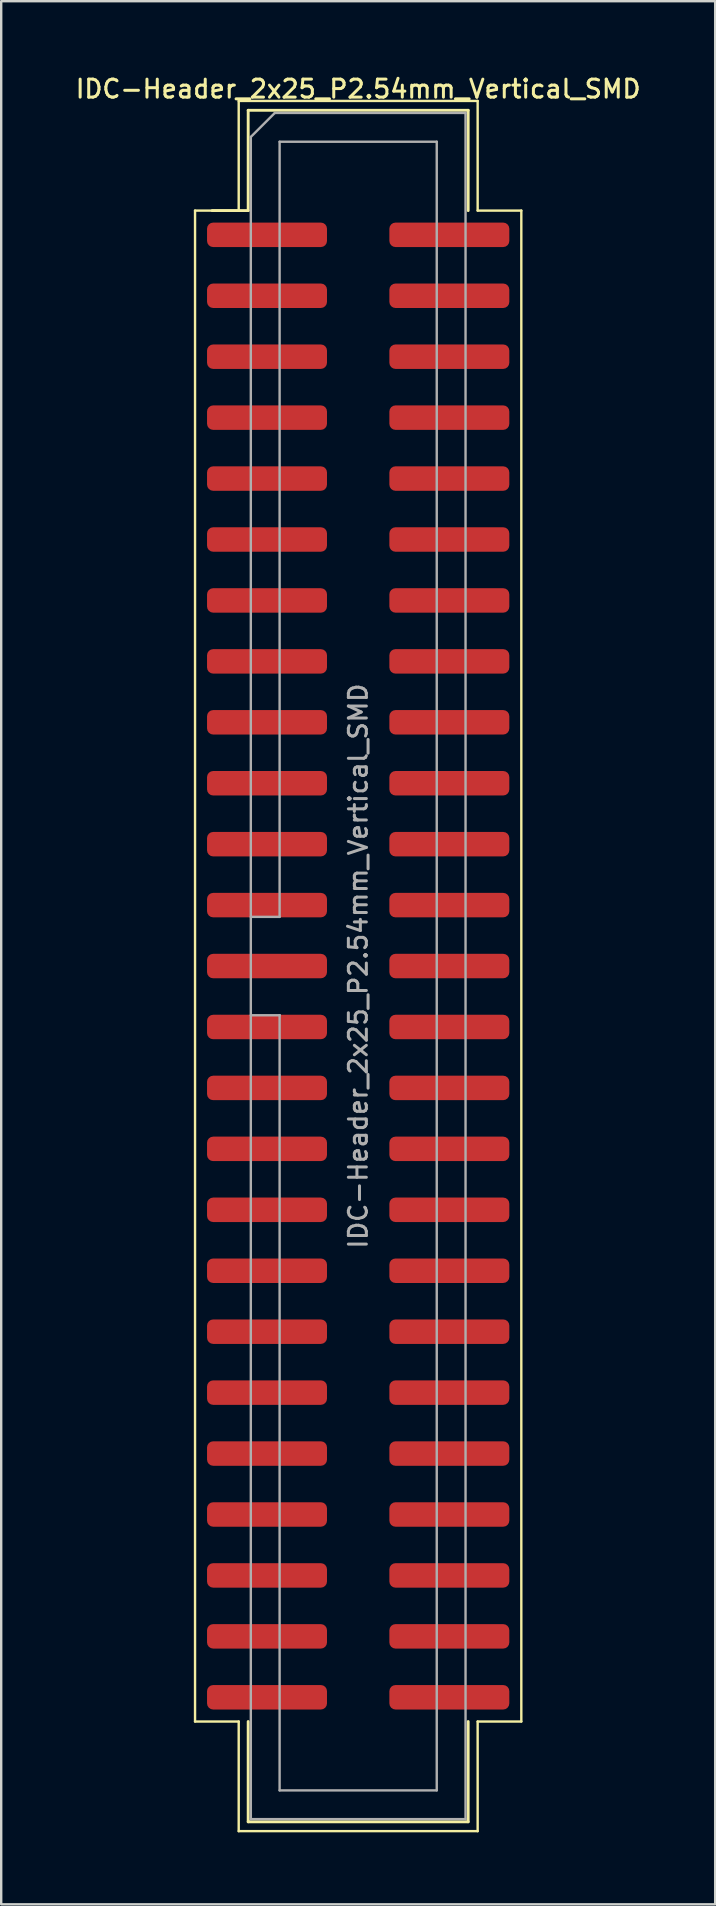
<source format=kicad_pcb>
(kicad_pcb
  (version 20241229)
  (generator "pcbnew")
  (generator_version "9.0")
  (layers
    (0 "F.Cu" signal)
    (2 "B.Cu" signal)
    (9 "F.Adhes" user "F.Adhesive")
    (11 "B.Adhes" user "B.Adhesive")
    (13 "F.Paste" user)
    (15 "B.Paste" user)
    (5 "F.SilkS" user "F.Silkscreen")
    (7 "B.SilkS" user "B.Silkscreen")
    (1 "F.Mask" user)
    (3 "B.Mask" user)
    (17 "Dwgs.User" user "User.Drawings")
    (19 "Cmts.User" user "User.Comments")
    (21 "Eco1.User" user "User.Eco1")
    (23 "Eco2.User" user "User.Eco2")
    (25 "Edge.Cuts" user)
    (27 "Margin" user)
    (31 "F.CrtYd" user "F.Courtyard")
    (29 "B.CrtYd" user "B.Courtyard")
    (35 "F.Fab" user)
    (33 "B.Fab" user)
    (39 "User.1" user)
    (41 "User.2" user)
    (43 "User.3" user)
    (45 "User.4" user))
  (footprint "IDC-Header_2x25_P2.54mm_Vertical_SMD"
    (layer "F.Cu")
    (at 11.88 37.218)
    (property "Reference" "IDC-Header_2x25_P2.54mm_Vertical_SMD" (at 0 -36.56 0) (layer "F.SilkS") (effects (font (size 0.75 0.75) (thickness 0.125))))
    (attr smd)
    (fp_line (start -6.8 -31.49) (end -6.8 31.49) (stroke (width 0.1) (type solid)) (layer "F.SilkS"))
    (fp_line (start -6.8 31.49) (end -4.98 31.49) (stroke (width 0.1) (type solid)) (layer "F.SilkS"))
    (fp_line (start -4.98 -36.06) (end -4.98 -31.49) (stroke (width 0.1) (type solid)) (layer "F.SilkS"))
    (fp_line (start -4.98 -31.49) (end -6.8 -31.49) (stroke (width 0.1) (type solid)) (layer "F.SilkS"))
    (fp_line (start -4.98 31.49) (end -4.98 36.06) (stroke (width 0.1) (type solid)) (layer "F.SilkS"))
    (fp_line (start -4.98 36.06) (end 4.98 36.06) (stroke (width 0.1) (type solid)) (layer "F.SilkS"))
    (fp_line (start -4.585 -35.67) (end 4.585 -35.67) (stroke (width 0.12) (type solid)) (layer "F.SilkS"))
    (fp_line (start -4.585 -31.49) (end -6.085 -31.49) (stroke (width 0.12) (type solid)) (layer "F.SilkS"))
    (fp_line (start -4.585 -31.49) (end -4.585 -35.67) (stroke (width 0.12) (type solid)) (layer "F.SilkS"))
    (fp_line (start -4.585 31.49) (end -4.585 35.67) (stroke (width 0.12) (type solid)) (layer "F.SilkS"))
    (fp_line (start -4.585 35.67) (end 4.585 35.67) (stroke (width 0.12) (type solid)) (layer "F.SilkS"))
    (fp_line (start 4.585 -35.67) (end 4.585 -31.49) (stroke (width 0.12) (type solid)) (layer "F.SilkS"))
    (fp_line (start 4.585 35.67) (end 4.585 31.49) (stroke (width 0.12) (type solid)) (layer "F.SilkS"))
    (fp_line (start 4.98 -36.06) (end -4.98 -36.06) (stroke (width 0.1) (type solid)) (layer "F.SilkS"))
    (fp_line (start 4.98 -31.49) (end 4.98 -36.06) (stroke (width 0.1) (type solid)) (layer "F.SilkS"))
    (fp_line (start 4.98 31.49) (end 6.8 31.49) (stroke (width 0.1) (type solid)) (layer "F.SilkS"))
    (fp_line (start 4.98 36.06) (end 4.98 31.49) (stroke (width 0.1) (type solid)) (layer "F.SilkS"))
    (fp_line (start 6.8 -31.49) (end 4.98 -31.49) (stroke (width 0.1) (type solid)) (layer "F.SilkS"))
    (fp_line (start 6.8 31.49) (end 6.8 -31.49) (stroke (width 0.1) (type solid)) (layer "F.SilkS"))
    (fp_line (start -4.475 -34.56) (end -3.475 -35.56) (stroke (width 0.1) (type solid)) (layer "F.Fab"))
    (fp_line (start -4.475 -2.05) (end -3.275 -2.05) (stroke (width 0.1) (type solid)) (layer "F.Fab"))
    (fp_line (start -4.475 35.56) (end -4.475 -34.56) (stroke (width 0.1) (type solid)) (layer "F.Fab"))
    (fp_line (start -3.475 -35.56) (end 4.475 -35.56) (stroke (width 0.1) (type solid)) (layer "F.Fab"))
    (fp_line (start -3.275 -34.36) (end 3.275 -34.36) (stroke (width 0.1) (type solid)) (layer "F.Fab"))
    (fp_line (start -3.275 -2.05) (end -3.275 -34.36) (stroke (width 0.1) (type solid)) (layer "F.Fab"))
    (fp_line (start -3.275 2.05) (end -4.475 2.05) (stroke (width 0.1) (type solid)) (layer "F.Fab"))
    (fp_line (start -3.275 2.05) (end -3.275 2.05) (stroke (width 0.1) (type solid)) (layer "F.Fab"))
    (fp_line (start -3.275 34.36) (end -3.275 2.05) (stroke (width 0.1) (type solid)) (layer "F.Fab"))
    (fp_line (start 3.275 -34.36) (end 3.275 34.36) (stroke (width 0.1) (type solid)) (layer "F.Fab"))
    (fp_line (start 3.275 34.36) (end -3.275 34.36) (stroke (width 0.1) (type solid)) (layer "F.Fab"))
    (fp_line (start 4.475 -35.56) (end 4.475 35.56) (stroke (width 0.1) (type solid)) (layer "F.Fab"))
    (fp_line (start 4.475 35.56) (end -4.475 35.56) (stroke (width 0.1) (type solid)) (layer "F.Fab"))
    (fp_text user "${REFERENCE}" (at 0 0 90) (layer "F.Fab") (effects (font (size 0.75 0.75) (thickness 0.125))))
    (pad "1" smd roundrect (at -3.8 -30.48) (size 5 1.02) (layers "F.Cu" "F.Mask" "F.Paste") (roundrect_rratio 0.25))
    (pad "2" smd roundrect (at 3.8 -30.48) (size 5 1.02) (layers "F.Cu" "F.Mask" "F.Paste") (roundrect_rratio 0.25))
    (pad "3" smd roundrect (at -3.8 -27.94) (size 5 1.02) (layers "F.Cu" "F.Mask" "F.Paste") (roundrect_rratio 0.25))
    (pad "4" smd roundrect (at 3.8 -27.94) (size 5 1.02) (layers "F.Cu" "F.Mask" "F.Paste") (roundrect_rratio 0.25))
    (pad "5" smd roundrect (at -3.8 -25.4) (size 5 1.02) (layers "F.Cu" "F.Mask" "F.Paste") (roundrect_rratio 0.25))
    (pad "6" smd roundrect (at 3.8 -25.4) (size 5 1.02) (layers "F.Cu" "F.Mask" "F.Paste") (roundrect_rratio 0.25))
    (pad "7" smd roundrect (at -3.8 -22.86) (size 5 1.02) (layers "F.Cu" "F.Mask" "F.Paste") (roundrect_rratio 0.25))
    (pad "8" smd roundrect (at 3.8 -22.86) (size 5 1.02) (layers "F.Cu" "F.Mask" "F.Paste") (roundrect_rratio 0.25))
    (pad "9" smd roundrect (at -3.8 -20.32) (size 5 1.02) (layers "F.Cu" "F.Mask" "F.Paste") (roundrect_rratio 0.25))
    (pad "10" smd roundrect (at 3.8 -20.32) (size 5 1.02) (layers "F.Cu" "F.Mask" "F.Paste") (roundrect_rratio 0.25))
    (pad "11" smd roundrect (at -3.8 -17.78) (size 5 1.02) (layers "F.Cu" "F.Mask" "F.Paste") (roundrect_rratio 0.25))
    (pad "12" smd roundrect (at 3.8 -17.78) (size 5 1.02) (layers "F.Cu" "F.Mask" "F.Paste") (roundrect_rratio 0.25))
    (pad "13" smd roundrect (at -3.8 -15.24) (size 5 1.02) (layers "F.Cu" "F.Mask" "F.Paste") (roundrect_rratio 0.25))
    (pad "14" smd roundrect (at 3.8 -15.24) (size 5 1.02) (layers "F.Cu" "F.Mask" "F.Paste") (roundrect_rratio 0.25))
    (pad "15" smd roundrect (at -3.8 -12.7) (size 5 1.02) (layers "F.Cu" "F.Mask" "F.Paste") (roundrect_rratio 0.25))
    (pad "16" smd roundrect (at 3.8 -12.7) (size 5 1.02) (layers "F.Cu" "F.Mask" "F.Paste") (roundrect_rratio 0.25))
    (pad "17" smd roundrect (at -3.8 -10.16) (size 5 1.02) (layers "F.Cu" "F.Mask" "F.Paste") (roundrect_rratio 0.25))
    (pad "18" smd roundrect (at 3.8 -10.16) (size 5 1.02) (layers "F.Cu" "F.Mask" "F.Paste") (roundrect_rratio 0.25))
    (pad "19" smd roundrect (at -3.8 -7.62) (size 5 1.02) (layers "F.Cu" "F.Mask" "F.Paste") (roundrect_rratio 0.25))
    (pad "20" smd roundrect (at 3.8 -7.62) (size 5 1.02) (layers "F.Cu" "F.Mask" "F.Paste") (roundrect_rratio 0.25))
    (pad "21" smd roundrect (at -3.8 -5.08) (size 5 1.02) (layers "F.Cu" "F.Mask" "F.Paste") (roundrect_rratio 0.25))
    (pad "22" smd roundrect (at 3.8 -5.08) (size 5 1.02) (layers "F.Cu" "F.Mask" "F.Paste") (roundrect_rratio 0.25))
    (pad "23" smd roundrect (at -3.8 -2.54) (size 5 1.02) (layers "F.Cu" "F.Mask" "F.Paste") (roundrect_rratio 0.25))
    (pad "24" smd roundrect (at 3.8 -2.54) (size 5 1.02) (layers "F.Cu" "F.Mask" "F.Paste") (roundrect_rratio 0.25))
    (pad "25" smd roundrect (at -3.8 0) (size 5 1.02) (layers "F.Cu" "F.Mask" "F.Paste") (roundrect_rratio 0.25))
    (pad "26" smd roundrect (at 3.8 0) (size 5 1.02) (layers "F.Cu" "F.Mask" "F.Paste") (roundrect_rratio 0.25))
    (pad "27" smd roundrect (at -3.8 2.54) (size 5 1.02) (layers "F.Cu" "F.Mask" "F.Paste") (roundrect_rratio 0.25))
    (pad "28" smd roundrect (at 3.8 2.54) (size 5 1.02) (layers "F.Cu" "F.Mask" "F.Paste") (roundrect_rratio 0.25))
    (pad "29" smd roundrect (at -3.8 5.08) (size 5 1.02) (layers "F.Cu" "F.Mask" "F.Paste") (roundrect_rratio 0.25))
    (pad "30" smd roundrect (at 3.8 5.08) (size 5 1.02) (layers "F.Cu" "F.Mask" "F.Paste") (roundrect_rratio 0.25))
    (pad "31" smd roundrect (at -3.8 7.62) (size 5 1.02) (layers "F.Cu" "F.Mask" "F.Paste") (roundrect_rratio 0.25))
    (pad "32" smd roundrect (at 3.8 7.62) (size 5 1.02) (layers "F.Cu" "F.Mask" "F.Paste") (roundrect_rratio 0.25))
    (pad "33" smd roundrect (at -3.8 10.16) (size 5 1.02) (layers "F.Cu" "F.Mask" "F.Paste") (roundrect_rratio 0.25))
    (pad "34" smd roundrect (at 3.8 10.16) (size 5 1.02) (layers "F.Cu" "F.Mask" "F.Paste") (roundrect_rratio 0.25))
    (pad "35" smd roundrect (at -3.8 12.7) (size 5 1.02) (layers "F.Cu" "F.Mask" "F.Paste") (roundrect_rratio 0.25))
    (pad "36" smd roundrect (at 3.8 12.7) (size 5 1.02) (layers "F.Cu" "F.Mask" "F.Paste") (roundrect_rratio 0.25))
    (pad "37" smd roundrect (at -3.8 15.24) (size 5 1.02) (layers "F.Cu" "F.Mask" "F.Paste") (roundrect_rratio 0.25))
    (pad "38" smd roundrect (at 3.8 15.24) (size 5 1.02) (layers "F.Cu" "F.Mask" "F.Paste") (roundrect_rratio 0.25))
    (pad "39" smd roundrect (at -3.8 17.78) (size 5 1.02) (layers "F.Cu" "F.Mask" "F.Paste") (roundrect_rratio 0.25))
    (pad "40" smd roundrect (at 3.8 17.78) (size 5 1.02) (layers "F.Cu" "F.Mask" "F.Paste") (roundrect_rratio 0.25))
    (pad "41" smd roundrect (at -3.8 20.32) (size 5 1.02) (layers "F.Cu" "F.Mask" "F.Paste") (roundrect_rratio 0.25))
    (pad "42" smd roundrect (at 3.8 20.32) (size 5 1.02) (layers "F.Cu" "F.Mask" "F.Paste") (roundrect_rratio 0.25))
    (pad "43" smd roundrect (at -3.8 22.86) (size 5 1.02) (layers "F.Cu" "F.Mask" "F.Paste") (roundrect_rratio 0.25))
    (pad "44" smd roundrect (at 3.8 22.86) (size 5 1.02) (layers "F.Cu" "F.Mask" "F.Paste") (roundrect_rratio 0.25))
    (pad "45" smd roundrect (at -3.8 25.4) (size 5 1.02) (layers "F.Cu" "F.Mask" "F.Paste") (roundrect_rratio 0.25))
    (pad "46" smd roundrect (at 3.8 25.4) (size 5 1.02) (layers "F.Cu" "F.Mask" "F.Paste") (roundrect_rratio 0.25))
    (pad "47" smd roundrect (at -3.8 27.94) (size 5 1.02) (layers "F.Cu" "F.Mask" "F.Paste") (roundrect_rratio 0.25))
    (pad "48" smd roundrect (at 3.8 27.94) (size 5 1.02) (layers "F.Cu" "F.Mask" "F.Paste") (roundrect_rratio 0.25))
    (pad "49" smd roundrect (at -3.8 30.48) (size 5 1.02) (layers "F.Cu" "F.Mask" "F.Paste") (roundrect_rratio 0.25))
    (pad "50" smd roundrect (at 3.8 30.48) (size 5 1.02) (layers "F.Cu" "F.Mask" "F.Paste") (roundrect_rratio 0.25)))
  (gr_rect
    (start -3 -3)
    (end 26.761 76.328)
    (stroke (width 0.1) (type default))
    (fill no)
    (layer "Edge.Cuts")))
</source>
